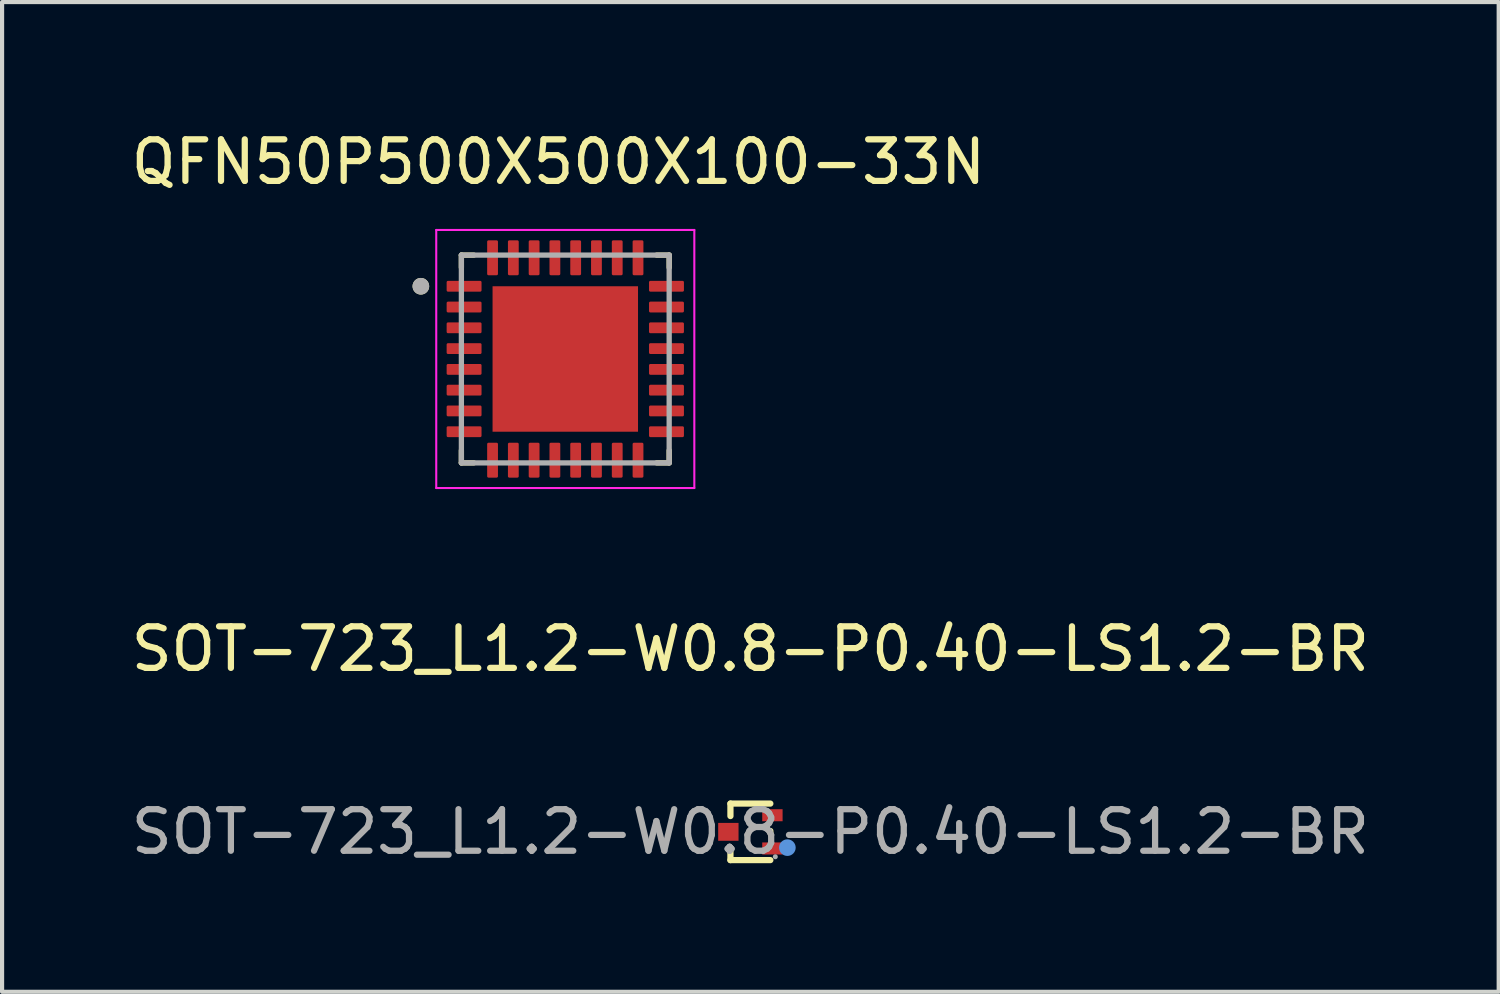
<source format=kicad_pcb>
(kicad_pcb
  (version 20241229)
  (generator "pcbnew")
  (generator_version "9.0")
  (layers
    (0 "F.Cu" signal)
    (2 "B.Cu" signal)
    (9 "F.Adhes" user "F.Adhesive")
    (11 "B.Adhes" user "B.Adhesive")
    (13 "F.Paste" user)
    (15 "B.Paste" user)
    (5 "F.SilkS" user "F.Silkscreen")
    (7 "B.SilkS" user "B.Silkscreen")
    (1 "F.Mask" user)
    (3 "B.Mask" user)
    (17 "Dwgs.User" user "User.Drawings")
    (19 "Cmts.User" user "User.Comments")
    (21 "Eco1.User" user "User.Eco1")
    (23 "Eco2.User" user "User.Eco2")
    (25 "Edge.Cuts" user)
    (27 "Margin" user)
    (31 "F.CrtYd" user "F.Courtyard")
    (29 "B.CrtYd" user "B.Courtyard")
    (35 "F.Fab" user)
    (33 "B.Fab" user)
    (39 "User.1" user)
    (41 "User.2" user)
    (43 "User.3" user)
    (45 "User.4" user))
  (footprint "SOT-723_L1.2-W0.8-P0.40-LS1.2-BR"
    (layer "F.Cu")
    (at 15.006 16.966)
    (property "Reference" "SOT-723_L1.2-W0.8-P0.40-LS1.2-BR" (at 0 -4.4 0) (layer "F.SilkS") (effects (font (size 1 1) (thickness 0.15))))
    (attr smd)
    (fp_line (start -0.48 -0.68) (end -0.48 -0.38) (stroke (width 0.15) (type solid)) (layer "F.SilkS"))
    (fp_line (start -0.48 0.68) (end -0.48 0.38) (stroke (width 0.15) (type solid)) (layer "F.SilkS"))
    (fp_line (start 0.48 -0.68) (end -0.48 -0.68) (stroke (width 0.15) (type solid)) (layer "F.SilkS"))
    (fp_line (start 0.48 -0.02) (end 0.48 0.02) (stroke (width 0.15) (type solid)) (layer "F.SilkS"))
    (fp_line (start 0.48 0.68) (end -0.48 0.68) (stroke (width 0.15) (type solid)) (layer "F.SilkS"))
    (fp_circle (center 0.89 0.38) (end 0.99 0.38) (stroke (width 0.2) (type solid)) (fill no) (layer "Cmts.User"))
    (fp_circle (center 0.6 0.6) (end 0.63 0.6) (stroke (width 0.06) (type solid)) (fill no) (layer "F.Fab"))
    (fp_text user "${REFERENCE}" (at 0 0 0) (layer "F.Fab") (effects (font (size 1 1) (thickness 0.15))))
    (pad "1" smd rect (at 0.53 0.4) (size 0.49 0.29) (layers "F.Cu" "F.Mask" "F.Paste"))
    (pad "2" smd rect (at 0.53 -0.4) (size 0.49 0.29) (layers "F.Cu" "F.Mask" "F.Paste"))
    (pad "3" smd rect (at -0.53 0) (size 0.49 0.43) (layers "F.Cu" "F.Mask" "F.Paste")))
  (footprint "QFN50P500X500X100-33N"
    (layer "F.Cu")
    (at 10.552 5.588)
    (property "Reference" "QFN50P500X500X100-33N" (at -0.165 -4.74 0) (layer "F.SilkS") (effects (font (size 1 1) (thickness 0.15))))
    (attr smd)
    (fp_line (start -2.5 -2.5) (end -2.5 -2.2) (stroke (width 0.127) (type solid)) (layer "F.SilkS"))
    (fp_line (start -2.5 -2.5) (end -2.2 -2.5) (stroke (width 0.127) (type solid)) (layer "F.SilkS"))
    (fp_line (start -2.5 2.5) (end -2.5 2.2) (stroke (width 0.127) (type solid)) (layer "F.SilkS"))
    (fp_line (start -2.5 2.5) (end -2.2 2.5) (stroke (width 0.127) (type solid)) (layer "F.SilkS"))
    (fp_line (start 2.5 -2.5) (end 2.2 -2.5) (stroke (width 0.127) (type solid)) (layer "F.SilkS"))
    (fp_line (start 2.5 -2.5) (end 2.5 -2.2) (stroke (width 0.127) (type solid)) (layer "F.SilkS"))
    (fp_line (start 2.5 2.5) (end 2.2 2.5) (stroke (width 0.127) (type solid)) (layer "F.SilkS"))
    (fp_line (start 2.5 2.5) (end 2.5 2.2) (stroke (width 0.127) (type solid)) (layer "F.SilkS"))
    (fp_circle (center -3.475 -1.75) (end -3.375 -1.75) (stroke (width 0.2) (type solid)) (fill no) (layer "F.SilkS"))
    (fp_poly (pts (xy -1.11 -1.11) (xy 1.11 -1.11) (xy 1.11 1.11) (xy -1.11 1.11)) (stroke (width 0.01) (type solid)) (fill yes) (layer "F.Paste"))
    (fp_line (start -3.105 -3.105) (end 3.105 -3.105) (stroke (width 0.05) (type solid)) (layer "F.CrtYd"))
    (fp_line (start -3.105 3.105) (end -3.105 -3.105) (stroke (width 0.05) (type solid)) (layer "F.CrtYd"))
    (fp_line (start -3.105 3.105) (end 3.105 3.105) (stroke (width 0.05) (type solid)) (layer "F.CrtYd"))
    (fp_line (start 3.105 3.105) (end 3.105 -3.105) (stroke (width 0.05) (type solid)) (layer "F.CrtYd"))
    (fp_line (start -2.5 2.5) (end -2.5 -2.5) (stroke (width 0.127) (type solid)) (layer "F.Fab"))
    (fp_line (start 2.5 -2.5) (end -2.5 -2.5) (stroke (width 0.127) (type solid)) (layer "F.Fab"))
    (fp_line (start 2.5 2.5) (end -2.5 2.5) (stroke (width 0.127) (type solid)) (layer "F.Fab"))
    (fp_line (start 2.5 2.5) (end 2.5 -2.5) (stroke (width 0.127) (type solid)) (layer "F.Fab"))
    (fp_circle (center -3.475 -1.75) (end -3.375 -1.75) (stroke (width 0.2) (type solid)) (fill no) (layer "F.Fab"))
    (pad "1" smd roundrect (at -2.435 -1.75) (size 0.84 0.26) (layers "F.Cu" "F.Mask" "F.Paste") (roundrect_rratio 0.125))
    (pad "2" smd roundrect (at -2.435 -1.25) (size 0.84 0.26) (layers "F.Cu" "F.Mask" "F.Paste") (roundrect_rratio 0.125))
    (pad "3" smd roundrect (at -2.435 -0.75) (size 0.84 0.26) (layers "F.Cu" "F.Mask" "F.Paste") (roundrect_rratio 0.125))
    (pad "4" smd roundrect (at -2.435 -0.25) (size 0.84 0.26) (layers "F.Cu" "F.Mask" "F.Paste") (roundrect_rratio 0.125))
    (pad "5" smd roundrect (at -2.435 0.25) (size 0.84 0.26) (layers "F.Cu" "F.Mask" "F.Paste") (roundrect_rratio 0.125))
    (pad "6" smd roundrect (at -2.435 0.75) (size 0.84 0.26) (layers "F.Cu" "F.Mask" "F.Paste") (roundrect_rratio 0.125))
    (pad "7" smd roundrect (at -2.435 1.25) (size 0.84 0.26) (layers "F.Cu" "F.Mask" "F.Paste") (roundrect_rratio 0.125))
    (pad "8" smd roundrect (at -2.435 1.75) (size 0.84 0.26) (layers "F.Cu" "F.Mask" "F.Paste") (roundrect_rratio 0.125))
    (pad "9" smd roundrect (at -1.75 2.435) (size 0.26 0.84) (layers "F.Cu" "F.Mask" "F.Paste") (roundrect_rratio 0.125))
    (pad "10" smd roundrect (at -1.25 2.435) (size 0.26 0.84) (layers "F.Cu" "F.Mask" "F.Paste") (roundrect_rratio 0.125))
    (pad "11" smd roundrect (at -0.75 2.435) (size 0.26 0.84) (layers "F.Cu" "F.Mask" "F.Paste") (roundrect_rratio 0.125))
    (pad "12" smd roundrect (at -0.25 2.435) (size 0.26 0.84) (layers "F.Cu" "F.Mask" "F.Paste") (roundrect_rratio 0.125))
    (pad "13" smd roundrect (at 0.25 2.435) (size 0.26 0.84) (layers "F.Cu" "F.Mask" "F.Paste") (roundrect_rratio 0.125))
    (pad "14" smd roundrect (at 0.75 2.435) (size 0.26 0.84) (layers "F.Cu" "F.Mask" "F.Paste") (roundrect_rratio 0.125))
    (pad "15" smd roundrect (at 1.25 2.435) (size 0.26 0.84) (layers "F.Cu" "F.Mask" "F.Paste") (roundrect_rratio 0.125))
    (pad "16" smd roundrect (at 1.75 2.435) (size 0.26 0.84) (layers "F.Cu" "F.Mask" "F.Paste") (roundrect_rratio 0.125))
    (pad "17" smd roundrect (at 2.435 1.75) (size 0.84 0.26) (layers "F.Cu" "F.Mask" "F.Paste") (roundrect_rratio 0.125))
    (pad "18" smd roundrect (at 2.435 1.25) (size 0.84 0.26) (layers "F.Cu" "F.Mask" "F.Paste") (roundrect_rratio 0.125))
    (pad "19" smd roundrect (at 2.435 0.75) (size 0.84 0.26) (layers "F.Cu" "F.Mask" "F.Paste") (roundrect_rratio 0.125))
    (pad "20" smd roundrect (at 2.435 0.25) (size 0.84 0.26) (layers "F.Cu" "F.Mask" "F.Paste") (roundrect_rratio 0.125))
    (pad "21" smd roundrect (at 2.435 -0.25) (size 0.84 0.26) (layers "F.Cu" "F.Mask" "F.Paste") (roundrect_rratio 0.125))
    (pad "22" smd roundrect (at 2.435 -0.75) (size 0.84 0.26) (layers "F.Cu" "F.Mask" "F.Paste") (roundrect_rratio 0.125))
    (pad "23" smd roundrect (at 2.435 -1.25) (size 0.84 0.26) (layers "F.Cu" "F.Mask" "F.Paste") (roundrect_rratio 0.125))
    (pad "24" smd roundrect (at 2.435 -1.75) (size 0.84 0.26) (layers "F.Cu" "F.Mask" "F.Paste") (roundrect_rratio 0.125))
    (pad "25" smd roundrect (at 1.75 -2.435) (size 0.26 0.84) (layers "F.Cu" "F.Mask" "F.Paste") (roundrect_rratio 0.125))
    (pad "26" smd roundrect (at 1.25 -2.435) (size 0.26 0.84) (layers "F.Cu" "F.Mask" "F.Paste") (roundrect_rratio 0.125))
    (pad "27" smd roundrect (at 0.75 -2.435) (size 0.26 0.84) (layers "F.Cu" "F.Mask" "F.Paste") (roundrect_rratio 0.125))
    (pad "28" smd roundrect (at 0.25 -2.435) (size 0.26 0.84) (layers "F.Cu" "F.Mask" "F.Paste") (roundrect_rratio 0.125))
    (pad "29" smd roundrect (at -0.25 -2.435) (size 0.26 0.84) (layers "F.Cu" "F.Mask" "F.Paste") (roundrect_rratio 0.125))
    (pad "30" smd roundrect (at -0.75 -2.435) (size 0.26 0.84) (layers "F.Cu" "F.Mask" "F.Paste") (roundrect_rratio 0.125))
    (pad "31" smd roundrect (at -1.25 -2.435) (size 0.26 0.84) (layers "F.Cu" "F.Mask" "F.Paste") (roundrect_rratio 0.125))
    (pad "32" smd roundrect (at -1.75 -2.435) (size 0.26 0.84) (layers "F.Cu" "F.Mask" "F.Paste") (roundrect_rratio 0.125))
    (pad "33" smd rect (at 0 0) (size 3.5 3.5) (layers "F.Cu" "F.Mask")))
  (gr_rect
    (start -3 -3)
    (end 33.012 20.815)
    (stroke (width 0.1) (type default))
    (fill no)
    (layer "Edge.Cuts")))
</source>
